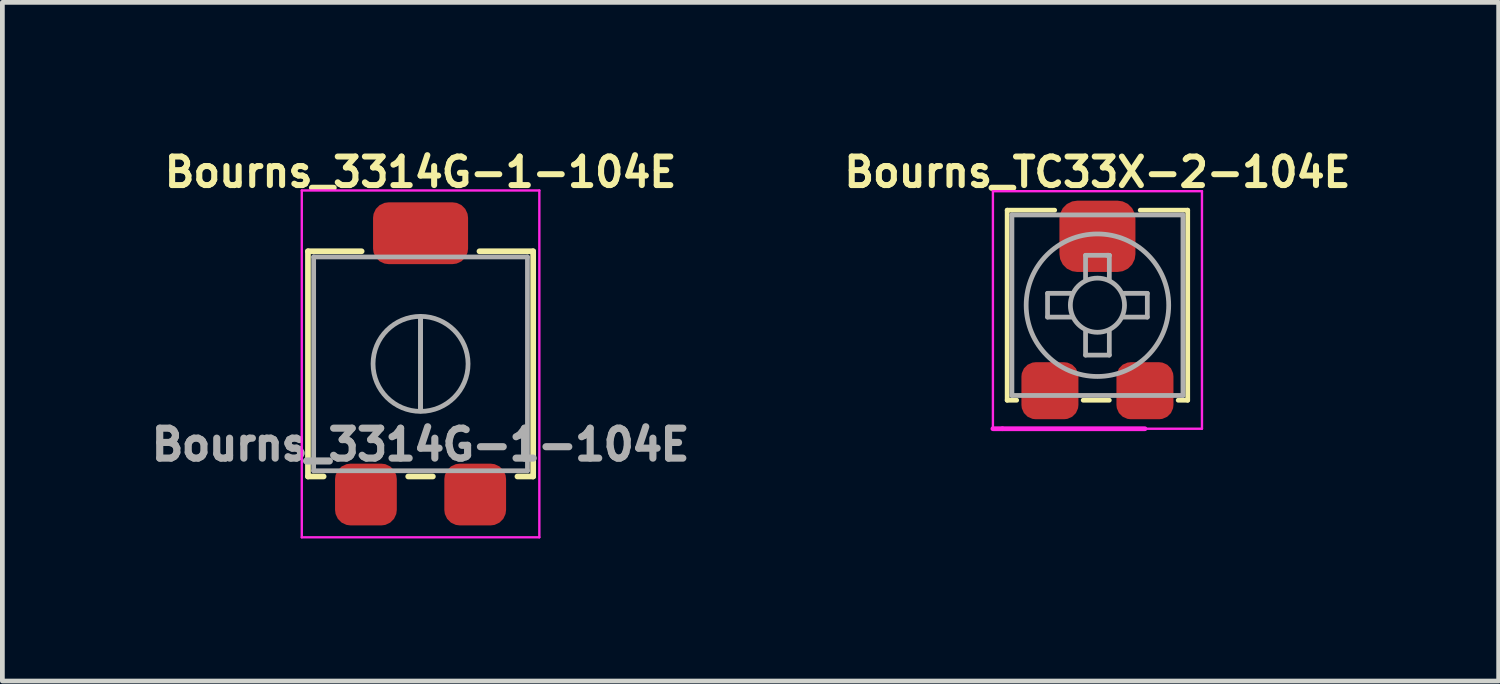
<source format=kicad_pcb>
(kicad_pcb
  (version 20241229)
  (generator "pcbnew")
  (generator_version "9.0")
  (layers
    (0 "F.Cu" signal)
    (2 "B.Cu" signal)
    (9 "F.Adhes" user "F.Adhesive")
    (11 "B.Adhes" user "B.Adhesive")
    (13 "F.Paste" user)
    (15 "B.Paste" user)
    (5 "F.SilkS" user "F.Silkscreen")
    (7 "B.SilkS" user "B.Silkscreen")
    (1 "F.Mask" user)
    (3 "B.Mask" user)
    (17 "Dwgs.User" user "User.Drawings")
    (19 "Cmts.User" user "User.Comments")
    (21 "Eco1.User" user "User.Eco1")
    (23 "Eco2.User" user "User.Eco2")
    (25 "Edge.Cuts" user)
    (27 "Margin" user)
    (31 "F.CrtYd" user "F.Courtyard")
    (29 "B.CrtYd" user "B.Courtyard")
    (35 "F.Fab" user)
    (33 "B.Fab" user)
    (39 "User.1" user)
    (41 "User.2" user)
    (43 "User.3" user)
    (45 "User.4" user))
  (footprint "Bourns_3314G-1-104E"
    (layer "F.Cu")
    (at 5.802 4.674)
    (property "Reference" "Bourns_3314G-1-104E" (at 0 -4.1 180) (layer "F.SilkS") (effects (font (size 0.6 0.6) (thickness 0.127))))
    (attr smd)
    (fp_line (start -2.37 2.305) (end -2.37 -2.435) (stroke (width 0.12) (type solid)) (layer "F.SilkS"))
    (fp_line (start -2.04 2.305) (end -2.37 2.305) (stroke (width 0.12) (type solid)) (layer "F.SilkS"))
    (fp_line (start -1.24 -2.435) (end -2.37 -2.435) (stroke (width 0.12) (type solid)) (layer "F.SilkS"))
    (fp_line (start 0.259 2.305) (end -0.26 2.305) (stroke (width 0.12) (type solid)) (layer "F.SilkS"))
    (fp_line (start 2.37 -2.435) (end 1.24 -2.435) (stroke (width 0.12) (type solid)) (layer "F.SilkS"))
    (fp_line (start 2.37 2.305) (end 2.039 2.305) (stroke (width 0.12) (type solid)) (layer "F.SilkS"))
    (fp_line (start 2.37 2.305) (end 2.37 -2.435) (stroke (width 0.12) (type solid)) (layer "F.SilkS"))
    (fp_line (start -2.5 -3.715) (end -2.5 3.585) (stroke (width 0.05) (type solid)) (layer "F.CrtYd"))
    (fp_line (start -2.5 3.585) (end 2.5 3.585) (stroke (width 0.05) (type solid)) (layer "F.CrtYd"))
    (fp_line (start 2.5 -3.715) (end -2.5 -3.715) (stroke (width 0.05) (type solid)) (layer "F.CrtYd"))
    (fp_line (start 2.5 3.585) (end 2.5 -3.715) (stroke (width 0.05) (type solid)) (layer "F.CrtYd"))
    (fp_line (start -2.25 -2.315) (end -2.25 2.185) (stroke (width 0.1) (type solid)) (layer "F.Fab"))
    (fp_line (start -2.25 2.185) (end 2.25 2.185) (stroke (width 0.1) (type solid)) (layer "F.Fab"))
    (fp_line (start 0 -1.055) (end -0.001 0.924) (stroke (width 0.1) (type solid)) (layer "F.Fab"))
    (fp_line (start 0 -1.055) (end -0.001 0.924) (stroke (width 0.1) (type solid)) (layer "F.Fab"))
    (fp_line (start 2.25 -2.315) (end -2.25 -2.315) (stroke (width 0.1) (type solid)) (layer "F.Fab"))
    (fp_line (start 2.25 2.185) (end 2.25 -2.315) (stroke (width 0.1) (type solid)) (layer "F.Fab"))
    (fp_circle (center 0 -0.065) (end -1 -0.065) (stroke (width 0.1) (type solid)) (fill no) (layer "F.Fab"))
    (fp_text user "${REFERENCE}" (at 0 1.635 180) (layer "F.Fab") (effects (font (size 0.63 0.63) (thickness 0.15))))
    (pad "1" smd roundrect (at 1.15 2.685 180) (size 1.3 1.3) (layers "F.Cu" "F.Mask" "F.Paste") (roundrect_rratio 0.25))
    (pad "2" smd roundrect (at 0 -2.815 180) (size 2 1.3) (layers "F.Cu" "F.Mask" "F.Paste") (roundrect_rratio 0.25))
    (pad "3" smd roundrect (at -1.15 2.685 180) (size 1.3 1.3) (layers "F.Cu" "F.Mask" "F.Paste") (roundrect_rratio 0.25)))
  (footprint "Bourns_TC33X-2-104E"
    (layer "F.Cu")
    (at 20.049 3.374)
    (property "Reference" "Bourns_TC33X-2-104E" (at 0 -2.8 0) (layer "F.SilkS") (effects (font (size 0.6 0.6) (thickness 0.127))))
    (attr through_hole)
    (fp_line (start -1.9 -2) (end -1.9 2) (stroke (width 0.1) (type solid)) (layer "F.SilkS"))
    (fp_line (start -1.9 -2) (end -0.9 -2) (stroke (width 0.1) (type solid)) (layer "F.SilkS"))
    (fp_line (start -1.7 2) (end -1.9 2) (stroke (width 0.1) (type solid)) (layer "F.SilkS"))
    (fp_line (start -0.3 2) (end 0.25 2) (stroke (width 0.1) (type solid)) (layer "F.SilkS"))
    (fp_line (start 1.9 -2) (end 0.9 -2) (stroke (width 0.1) (type solid)) (layer "F.SilkS"))
    (fp_line (start 1.9 -2) (end 1.9 2) (stroke (width 0.1) (type solid)) (layer "F.SilkS"))
    (fp_line (start 1.9 2) (end 1.7 2) (stroke (width 0.1) (type solid)) (layer "F.SilkS"))
    (fp_line (start -2.2 -2.4) (end 2.2 -2.4) (stroke (width 0.05) (type solid)) (layer "F.CrtYd"))
    (fp_line (start -2.2 2.6) (end -2.2 -2.4) (stroke (width 0.05) (type solid)) (layer "F.CrtYd"))
    (fp_line (start -2 2.6) (end -2.2 2.6) (stroke (width 0.1) (type solid)) (layer "F.CrtYd"))
    (fp_line (start 1 2.6) (end -2 2.6) (stroke (width 0.1) (type solid)) (layer "F.CrtYd"))
    (fp_line (start 2.2 -2.4) (end 2.2 2.6) (stroke (width 0.05) (type solid)) (layer "F.CrtYd"))
    (fp_line (start 2.2 2.6) (end 1 2.6) (stroke (width 0.05) (type solid)) (layer "F.CrtYd"))
    (fp_line (start -1.8 -1.9) (end -1.8 1.9) (stroke (width 0.1) (type solid)) (layer "F.Fab"))
    (fp_line (start -1.8 1.9) (end 1.8 1.9) (stroke (width 0.1) (type solid)) (layer "F.Fab"))
    (fp_line (start -1.05 -0.25) (end -1.05 0.25) (stroke (width 0.1) (type solid)) (layer "F.Fab"))
    (fp_line (start -1.05 -0.25) (end -0.55 -0.25) (stroke (width 0.1) (type solid)) (layer "F.Fab"))
    (fp_line (start -1.05 0.25) (end -0.55 0.25) (stroke (width 0.1) (type solid)) (layer "F.Fab"))
    (fp_line (start -0.25 -1.05) (end -0.25 -0.55) (stroke (width 0.1) (type solid)) (layer "F.Fab"))
    (fp_line (start -0.25 -1.05) (end 0.25 -1.05) (stroke (width 0.1) (type solid)) (layer "F.Fab"))
    (fp_line (start -0.25 1.05) (end -0.25 0.55) (stroke (width 0.1) (type solid)) (layer "F.Fab"))
    (fp_line (start 0.25 -1.05) (end 0.2 -1.05) (stroke (width 0.1) (type solid)) (layer "F.Fab"))
    (fp_line (start 0.25 -1.05) (end 0.25 -0.55) (stroke (width 0.1) (type solid)) (layer "F.Fab"))
    (fp_line (start 0.25 1.05) (end -0.25 1.05) (stroke (width 0.1) (type solid)) (layer "F.Fab"))
    (fp_line (start 0.25 1.05) (end 0.25 0.55) (stroke (width 0.1) (type solid)) (layer "F.Fab"))
    (fp_line (start 1.05 -0.25) (end 0.55 -0.25) (stroke (width 0.1) (type solid)) (layer "F.Fab"))
    (fp_line (start 1.05 -0.25) (end 1.05 0.25) (stroke (width 0.1) (type solid)) (layer "F.Fab"))
    (fp_line (start 1.05 0.25) (end 0.55 0.25) (stroke (width 0.1) (type solid)) (layer "F.Fab"))
    (fp_line (start 1.8 -1.9) (end -1.8 -1.9) (stroke (width 0.1) (type solid)) (layer "F.Fab"))
    (fp_line (start 1.8 1.9) (end 1.8 -1.9) (stroke (width 0.1) (type solid)) (layer "F.Fab"))
    (fp_circle (center 0 0) (end 0.45 0.35) (stroke (width 0.1) (type solid)) (fill no) (layer "F.Fab"))
    (fp_circle (center 0 0) (end 1.5 0) (stroke (width 0.1) (type solid)) (fill no) (layer "F.Fab"))
    (pad "1" smd roundrect (at -1 1.8) (size 1.2 1.2) (layers "F.Cu" "F.Mask" "F.Paste") (roundrect_rratio 0.25))
    (pad "2" smd roundrect (at 0 -1.45) (size 1.6 1.5) (layers "F.Cu" "F.Mask" "F.Paste") (roundrect_rratio 0.25))
    (pad "3" smd roundrect (at 1 1.8) (size 1.2 1.2) (layers "F.Cu" "F.Mask" "F.Paste") (roundrect_rratio 0.25)))
  (gr_rect
    (start -3 -3)
    (end 28.494 11.284)
    (stroke (width 0.1) (type default))
    (fill no)
    (layer "Edge.Cuts")))
</source>
